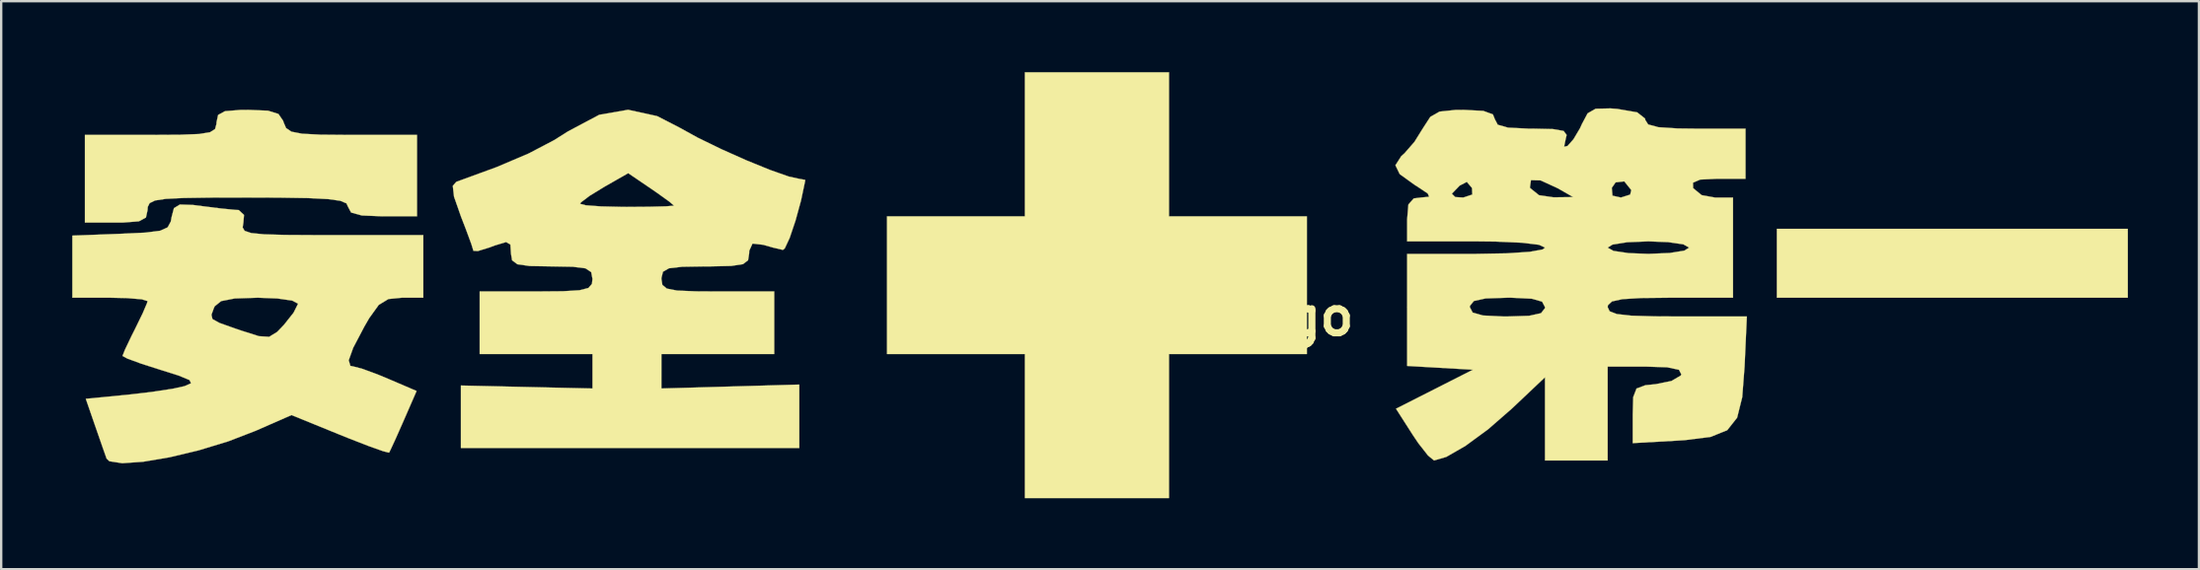
<source format=kicad_pcb>
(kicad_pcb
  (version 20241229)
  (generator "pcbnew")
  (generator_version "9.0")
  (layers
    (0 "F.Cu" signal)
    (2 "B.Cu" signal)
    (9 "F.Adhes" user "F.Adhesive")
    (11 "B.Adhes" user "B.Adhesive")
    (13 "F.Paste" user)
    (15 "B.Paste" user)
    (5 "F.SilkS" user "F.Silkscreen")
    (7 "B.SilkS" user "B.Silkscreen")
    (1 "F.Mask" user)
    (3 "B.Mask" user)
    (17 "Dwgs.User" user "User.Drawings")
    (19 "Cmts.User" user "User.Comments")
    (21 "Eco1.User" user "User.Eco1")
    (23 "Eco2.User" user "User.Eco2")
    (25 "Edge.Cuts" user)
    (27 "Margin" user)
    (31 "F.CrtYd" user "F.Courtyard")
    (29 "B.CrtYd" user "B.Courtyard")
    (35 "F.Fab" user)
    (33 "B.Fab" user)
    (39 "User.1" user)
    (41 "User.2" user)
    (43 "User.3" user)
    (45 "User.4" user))
  (footprint "safety_first_logo"
    (layer "F.Cu")
    (at 44.72 10.324)
    (property "Reference" "safety_first_logo" (at 0 0 0) (layer "F.SilkS") (effects (font (size 1.524 1.524) (thickness 0.3))))
    (attr through_hole)
    (fp_poly (pts (xy 42.069 -0.794) (xy 27.252 -0.794) (xy 27.252 -3.704) (xy 42.069 -3.704) (xy 42.069 -0.794)) (stroke (width 0.01) (type solid)) (fill yes) (layer "F.SilkS"))
    (fp_poly (pts (xy 1.587 -4.233) (xy 7.408 -4.233) (xy 7.408 1.587) (xy 1.587 1.587) (xy 1.587 7.673) (xy -4.498 7.673) (xy -4.498 1.587) (xy -10.319 1.587) (xy -10.319 -4.233) (xy -4.498 -4.233) (xy -4.498 -10.319) (xy 1.587 -10.319) (xy 1.587 -4.233)) (stroke (width 0.01) (type solid)) (fill yes) (layer "F.SilkS"))
    (fp_poly (pts (xy -36.455 -8.697) (xy -36.013 -8.559) (xy -35.815 -8.269) (xy -35.795 -8.202) (xy -35.692 -7.964) (xy -35.465 -7.81) (xy -35.015 -7.723) (xy -34.243 -7.683) (xy -33.052 -7.673) (xy -32.91 -7.673) (xy -30.163 -7.673) (xy -30.163 -4.233) (xy -31.618 -4.233) (xy -32.495 -4.269) (xy -32.947 -4.394) (xy -33.073 -4.63) (xy -33.143 -4.781) (xy -33.401 -4.889) (xy -33.918 -4.961) (xy -34.766 -5.004) (xy -36.017 -5.023) (xy -37.306 -5.027) (xy -38.889 -5.024) (xy -40.019 -5.008) (xy -40.772 -4.971) (xy -41.224 -4.902) (xy -41.452 -4.791) (xy -41.532 -4.63) (xy -41.54 -4.498) (xy -41.609 -4.181) (xy -41.905 -4.022) (xy -42.557 -3.971) (xy -42.862 -3.969) (xy -44.185 -3.969) (xy -44.185 -7.673) (xy -41.407 -7.673) (xy -40.168 -7.68) (xy -39.364 -7.711) (xy -38.902 -7.786) (xy -38.689 -7.922) (xy -38.631 -8.136) (xy -38.629 -8.202) (xy -38.561 -8.517) (xy -38.27 -8.676) (xy -37.627 -8.728) (xy -37.281 -8.731) (xy -36.455 -8.697)) (stroke (width 0.01) (type solid)) (fill yes) (layer "F.SilkS"))
    (fp_poly (pts (xy -20.023 -8.467) (xy -19.079 -7.981) (xy -18.304 -7.553) (xy -17.316 -7.072) (xy -16.255 -6.599) (xy -15.259 -6.193) (xy -14.469 -5.914) (xy -14.044 -5.821) (xy -13.778 -5.773) (xy -13.77 -5.755) (xy -13.948 -4.908) (xy -14.184 -4.047) (xy -14.428 -3.322) (xy -14.634 -2.881) (xy -14.715 -2.814) (xy -15.135 -2.913) (xy -15.544 -3.03) (xy -15.997 -3.082) (xy -16.136 -2.779) (xy -16.14 -2.664) (xy -16.185 -2.377) (xy -16.399 -2.212) (xy -16.893 -2.137) (xy -17.782 -2.117) (xy -17.992 -2.117) (xy -18.965 -2.102) (xy -19.523 -2.038) (xy -19.778 -1.891) (xy -19.843 -1.63) (xy -19.844 -1.587) (xy -19.804 -1.336) (xy -19.617 -1.18) (xy -19.184 -1.096) (xy -18.401 -1.063) (xy -17.462 -1.058) (xy -15.081 -1.058) (xy -15.081 1.587) (xy -19.844 1.587) (xy -19.845 3.043) (xy -16.934 2.96) (xy -14.023 2.877) (xy -14.023 5.556) (xy -28.31 5.556) (xy -28.31 2.917) (xy -25.532 2.98) (xy -22.754 3.043) (xy -22.754 1.587) (xy -27.517 1.587) (xy -27.517 -1.058) (xy -25.135 -1.058) (xy -24.004 -1.067) (xy -23.301 -1.109) (xy -22.926 -1.205) (xy -22.777 -1.379) (xy -22.754 -1.587) (xy -22.808 -1.874) (xy -23.047 -2.034) (xy -23.587 -2.102) (xy -24.474 -2.117) (xy -25.405 -2.133) (xy -25.924 -2.207) (xy -26.148 -2.373) (xy -26.194 -2.646) (xy -26.221 -3.041) (xy -26.401 -3.145) (xy -26.883 -3) (xy -27.103 -2.917) (xy -27.594 -2.766) (xy -27.781 -2.775) (xy -27.87 -3.065) (xy -28.1 -3.689) (xy -28.31 -4.232) (xy -28.495 -4.763) (xy -23.281 -4.763) (xy -23.039 -4.699) (xy -22.397 -4.652) (xy -21.485 -4.631) (xy -21.299 -4.63) (xy -20.35 -4.637) (xy -19.649 -4.655) (xy -19.323 -4.682) (xy -19.315 -4.687) (xy -19.511 -4.855) (xy -20.008 -5.212) (xy -20.28 -5.4) (xy -21.246 -6.056) (xy -22.263 -5.475) (xy -22.877 -5.098) (xy -23.24 -4.823) (xy -23.281 -4.763) (xy -28.495 -4.763) (xy -28.6 -5.061) (xy -28.652 -5.518) (xy -28.508 -5.688) (xy -26.785 -6.319) (xy -25.449 -6.888) (xy -24.373 -7.453) (xy -23.782 -7.826) (xy -22.468 -8.523) (xy -21.251 -8.735) (xy -20.023 -8.467)) (stroke (width 0.01) (type solid)) (fill yes) (layer "F.SilkS"))
    (fp_poly (pts (xy -39.621 -4.713) (xy -39.231 -4.663) (xy -38.43 -4.563) (xy -37.828 -4.504) (xy -37.691 -4.498) (xy -37.468 -4.293) (xy -37.494 -3.969) (xy -37.525 -3.763) (xy -37.441 -3.619) (xy -37.166 -3.526) (xy -36.622 -3.472) (xy -35.734 -3.447) (xy -34.423 -3.44) (xy -33.765 -3.44) (xy -29.898 -3.44) (xy -29.898 -0.794) (xy -30.801 -0.794) (xy -31.37 -0.738) (xy -31.779 -0.489) (xy -32.182 0.071) (xy -32.389 0.43) (xy -32.858 1.323) (xy -33.047 1.851) (xy -32.977 2.086) (xy -32.83 2.117) (xy -32.462 2.214) (xy -31.797 2.461) (xy -31.384 2.633) (xy -30.181 3.148) (xy -30.735 4.419) (xy -31.056 5.145) (xy -31.282 5.635) (xy -31.343 5.755) (xy -31.594 5.692) (xy -32.217 5.47) (xy -33.093 5.129) (xy -33.43 4.993) (xy -35.462 4.165) (xy -36.98 4.831) (xy -38.136 5.277) (xy -39.384 5.657) (xy -40.616 5.95) (xy -41.726 6.138) (xy -42.607 6.2) (xy -43.152 6.116) (xy -43.269 6.005) (xy -43.422 5.572) (xy -43.668 4.864) (xy -43.766 4.583) (xy -44.148 3.478) (xy -42.381 3.307) (xy -41.366 3.189) (xy -40.483 3.054) (xy -39.98 2.944) (xy -39.704 2.822) (xy -39.768 2.686) (xy -40.233 2.494) (xy -40.972 2.261) (xy -41.806 1.994) (xy -42.393 1.778) (xy -42.598 1.667) (xy -42.489 1.392) (xy -42.214 0.817) (xy -42.069 0.529) (xy -41.776 -0.073) (xy -38.843 -0.073) (xy -38.8 0.109) (xy -38.505 0.272) (xy -37.851 0.505) (xy -37.571 0.6) (xy -36.839 0.832) (xy -36.405 0.859) (xy -36.069 0.653) (xy -35.785 0.357) (xy -35.376 -0.159) (xy -35.191 -0.528) (xy -35.19 -0.544) (xy -35.431 -0.672) (xy -36.061 -0.762) (xy -36.881 -0.794) (xy -37.863 -0.762) (xy -38.433 -0.65) (xy -38.705 -0.431) (xy -38.739 -0.359) (xy -38.843 -0.073) (xy -41.776 -0.073) (xy -41.747 -0.132) (xy -41.559 -0.574) (xy -41.54 -0.651) (xy -41.78 -0.726) (xy -42.405 -0.778) (xy -43.127 -0.794) (xy -44.715 -0.794) (xy -44.715 -3.417) (xy -42.664 -3.495) (xy -41.63 -3.544) (xy -41.01 -3.623) (xy -40.691 -3.767) (xy -40.558 -4.015) (xy -40.525 -4.2) (xy -40.426 -4.578) (xy -40.175 -4.731) (xy -39.621 -4.713)) (stroke (width 0.01) (type solid)) (fill yes) (layer "F.SilkS"))
    (fp_poly (pts (xy 20.511 -8.772) (xy 21.354 -8.627) (xy 21.689 -8.363) (xy 21.696 -8.308) (xy 21.819 -8.115) (xy 22.246 -7.999) (xy 23.062 -7.946) (xy 23.812 -7.938) (xy 25.929 -7.938) (xy 25.929 -5.821) (xy 24.747 -5.821) (xy 24.016 -5.786) (xy 23.711 -5.654) (xy 23.717 -5.424) (xy 24.076 -5.128) (xy 24.635 -5.027) (xy 25.4 -5.027) (xy 25.4 -0.794) (xy 22.754 -0.794) (xy 21.52 -0.781) (xy 20.728 -0.733) (xy 20.291 -0.637) (xy 20.121 -0.479) (xy 20.108 -0.397) (xy 20.191 -0.22) (xy 20.495 -0.103) (xy 21.104 -0.035) (xy 22.1 -0.005) (xy 23.047 0) (xy 25.985 0) (xy 25.889 2.109) (xy 25.79 3.41) (xy 25.574 4.278) (xy 25.156 4.806) (xy 24.449 5.09) (xy 23.365 5.225) (xy 23.018 5.247) (xy 21.167 5.351) (xy 21.167 4.147) (xy 21.187 3.408) (xy 21.327 3.045) (xy 21.7 2.905) (xy 22.138 2.86) (xy 22.802 2.725) (xy 23.192 2.497) (xy 23.219 2.447) (xy 23.119 2.252) (xy 22.617 2.146) (xy 21.718 2.117) (xy 20.108 2.117) (xy 20.108 6.085) (xy 17.462 6.085) (xy 17.462 2.569) (xy 16.058 3.897) (xy 15.059 4.768) (xy 14.1 5.471) (xy 13.293 5.934) (xy 12.779 6.084) (xy 12.526 5.878) (xy 12.117 5.357) (xy 11.87 4.989) (xy 11.172 3.897) (xy 14.42 2.249) (xy 13.031 2.169) (xy 11.642 2.089) (xy 11.642 -0.397) (xy 14.287 -0.397) (xy 14.409 -0.166) (xy 14.842 -0.043) (xy 15.684 -0.001) (xy 15.875 0) (xy 16.797 -0.03) (xy 17.292 -0.139) (xy 17.459 -0.349) (xy 17.462 -0.397) (xy 17.341 -0.627) (xy 16.908 -0.751) (xy 16.066 -0.793) (xy 15.875 -0.794) (xy 14.953 -0.763) (xy 14.458 -0.655) (xy 14.291 -0.445) (xy 14.287 -0.397) (xy 11.642 -0.397) (xy 11.642 -2.646) (xy 14.552 -2.646) (xy 15.865 -2.669) (xy 16.826 -2.734) (xy 17.367 -2.834) (xy 17.462 -2.91) (xy 20.108 -2.91) (xy 20.351 -2.772) (xy 20.995 -2.677) (xy 21.828 -2.646) (xy 22.727 -2.683) (xy 23.342 -2.782) (xy 23.548 -2.91) (xy 23.305 -3.049) (xy 22.661 -3.143) (xy 21.828 -3.175) (xy 20.929 -3.138) (xy 20.314 -3.039) (xy 20.108 -2.91) (xy 17.462 -2.91) (xy 17.21 -3.03) (xy 16.496 -3.117) (xy 15.388 -3.166) (xy 14.552 -3.175) (xy 11.642 -3.175) (xy 11.642 -4.101) (xy 11.695 -4.732) (xy 11.92 -4.989) (xy 12.237 -5.028) (xy 12.569 -5.059) (xy 12.517 -5.188) (xy 13.529 -5.188) (xy 13.673 -5.046) (xy 14.015 -5.027) (xy 14.393 -5.153) (xy 14.381 -5.431) (xy 14.358 -5.457) (xy 16.826 -5.457) (xy 16.838 -5.424) (xy 17.211 -5.125) (xy 17.822 -5.036) (xy 18.653 -5.046) (xy 17.992 -5.424) (xy 17.967 -5.435) (xy 20.282 -5.435) (xy 20.311 -5.105) (xy 20.668 -5.027) (xy 21.059 -5.151) (xy 21.106 -5.341) (xy 20.81 -5.71) (xy 20.444 -5.668) (xy 20.282 -5.435) (xy 17.967 -5.435) (xy 17.278 -5.751) (xy 16.87 -5.762) (xy 16.826 -5.457) (xy 14.358 -5.457) (xy 14.162 -5.688) (xy 13.86 -5.531) (xy 13.529 -5.188) (xy 12.517 -5.188) (xy 12.513 -5.198) (xy 12.034 -5.516) (xy 11.972 -5.553) (xy 11.329 -6.016) (xy 11.147 -6.39) (xy 11.394 -6.776) (xy 11.527 -6.894) (xy 11.948 -7.377) (xy 12.327 -7.984) (xy 12.622 -8.437) (xy 13.012 -8.658) (xy 13.68 -8.728) (xy 14.03 -8.731) (xy 14.859 -8.688) (xy 15.263 -8.54) (xy 15.346 -8.334) (xy 15.468 -8.103) (xy 15.902 -7.98) (xy 16.747 -7.938) (xy 16.925 -7.938) (xy 17.8 -7.919) (xy 18.249 -7.841) (xy 18.376 -7.671) (xy 18.335 -7.497) (xy 18.269 -7.176) (xy 18.41 -7.203) (xy 18.666 -7.492) (xy 18.942 -7.957) (xy 19.021 -8.132) (xy 19.262 -8.585) (xy 19.602 -8.779) (xy 20.225 -8.793) (xy 20.511 -8.772)) (stroke (width 0.01) (type solid)) (fill yes) (layer "F.SilkS")))
  (gr_rect
    (start -3 -3)
    (end 89.793 21.002)
    (stroke (width 0.1) (type default))
    (fill no)
    (layer "Edge.Cuts")))
</source>
